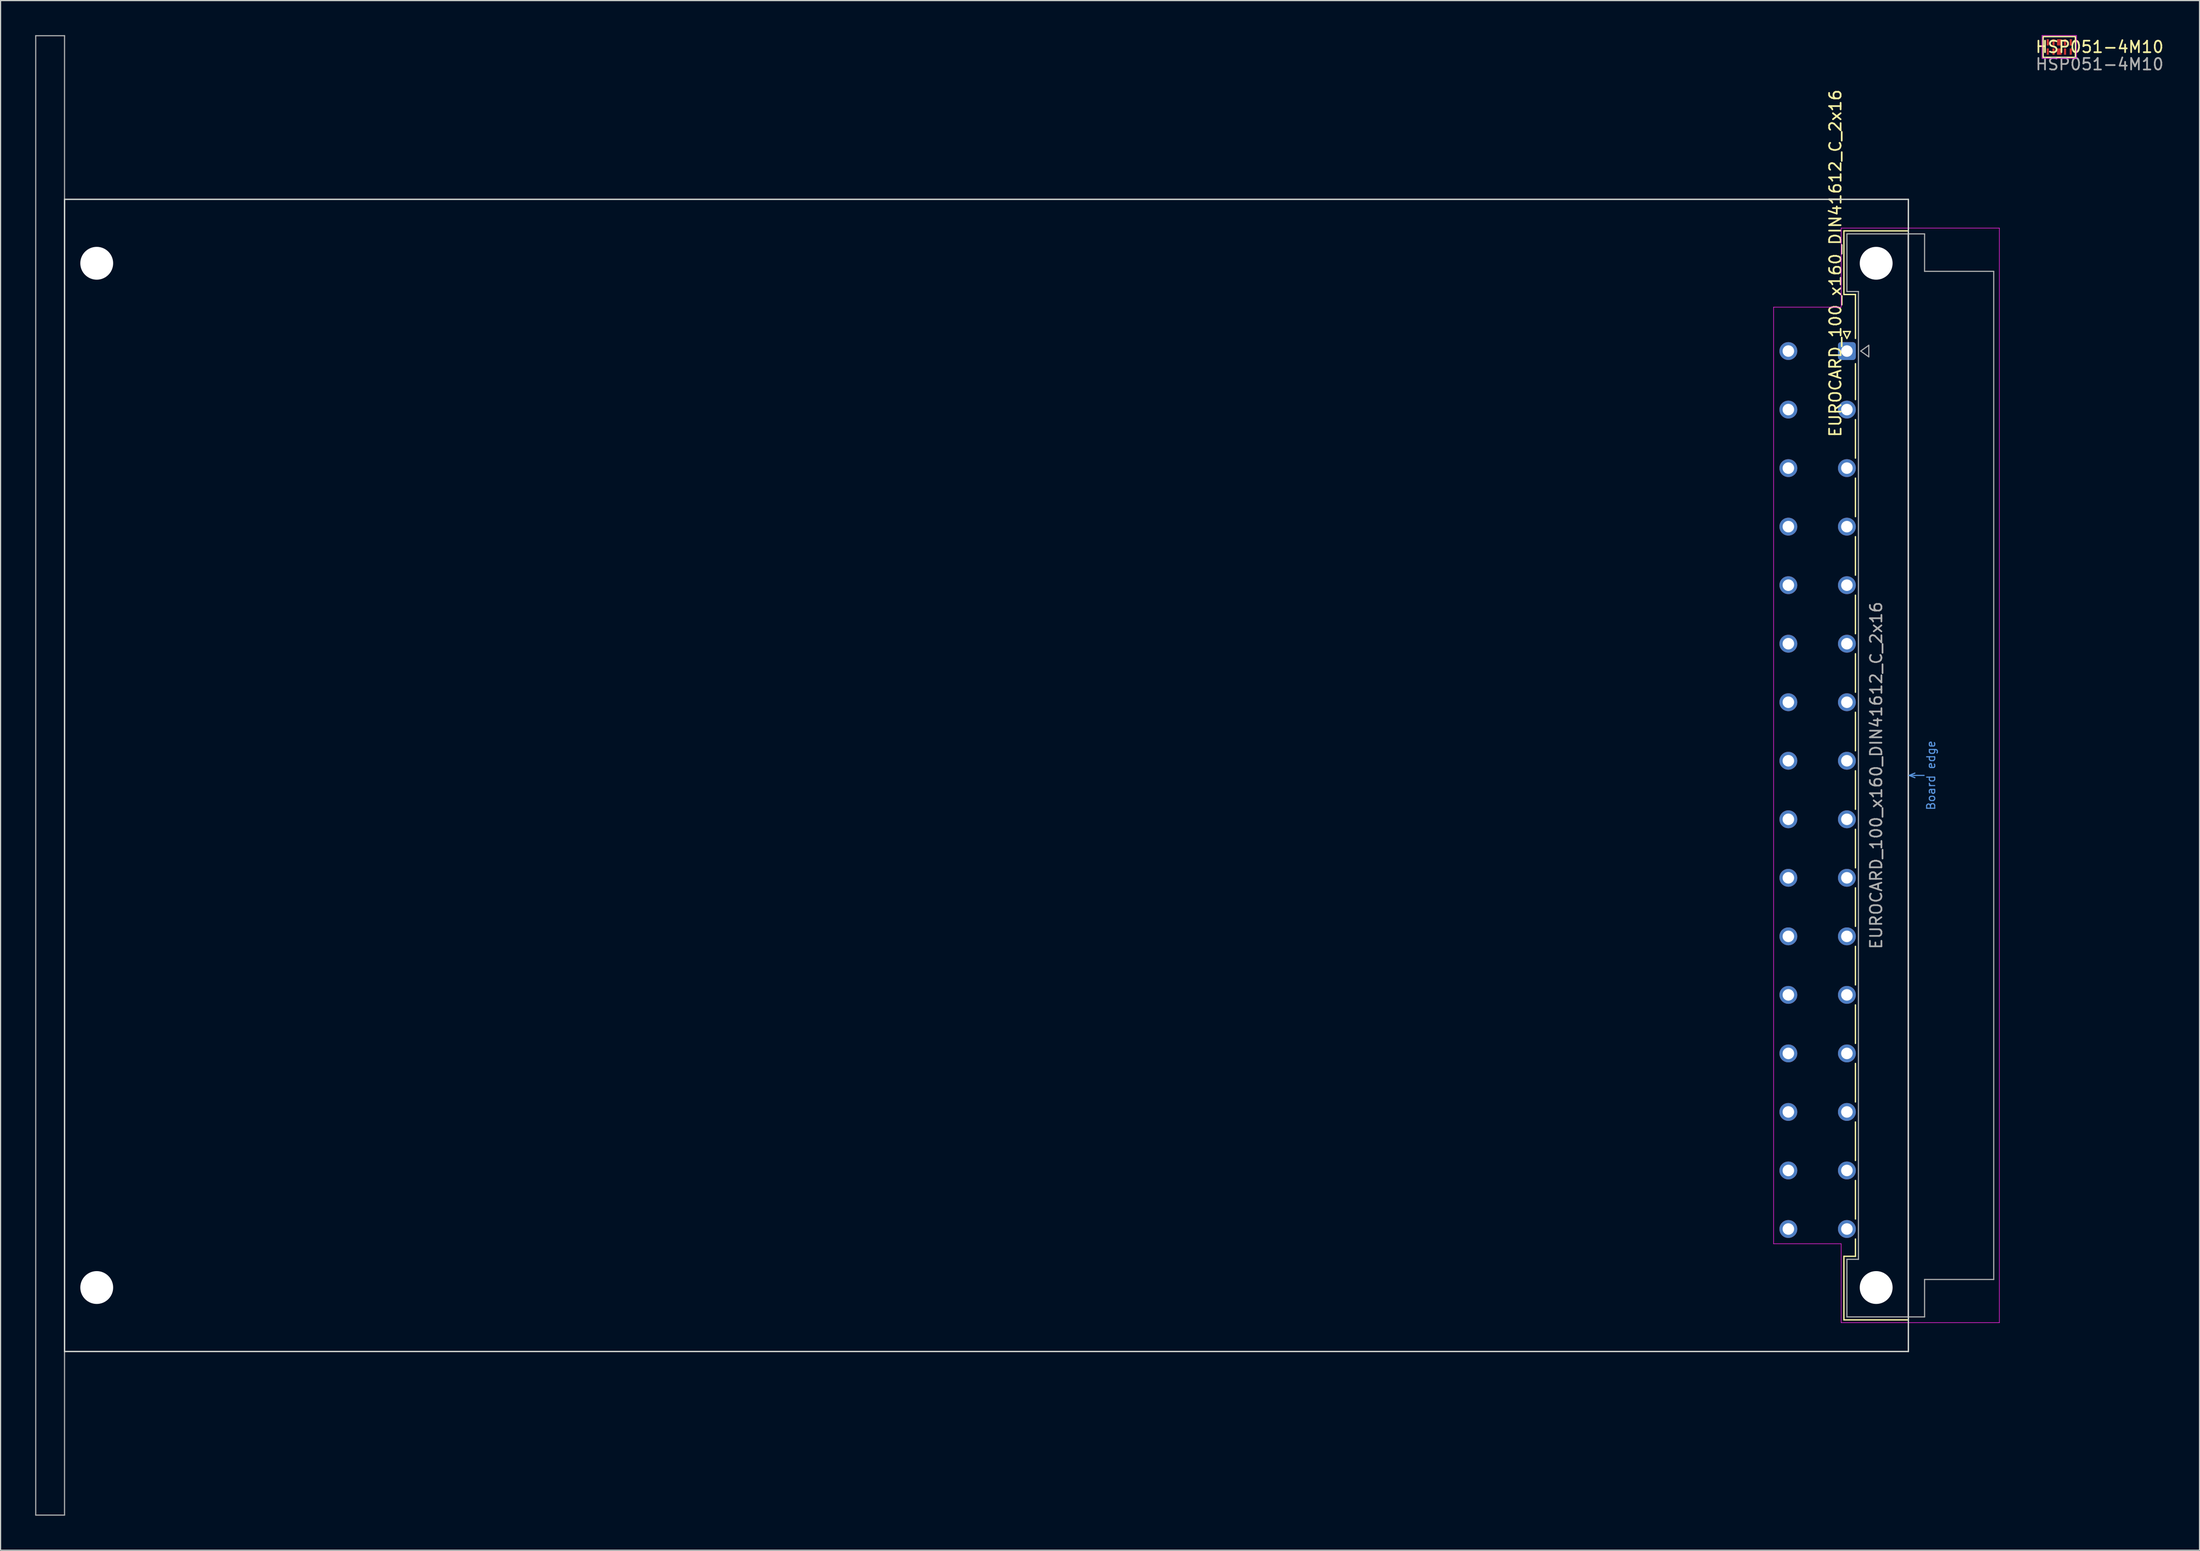
<source format=kicad_pcb>
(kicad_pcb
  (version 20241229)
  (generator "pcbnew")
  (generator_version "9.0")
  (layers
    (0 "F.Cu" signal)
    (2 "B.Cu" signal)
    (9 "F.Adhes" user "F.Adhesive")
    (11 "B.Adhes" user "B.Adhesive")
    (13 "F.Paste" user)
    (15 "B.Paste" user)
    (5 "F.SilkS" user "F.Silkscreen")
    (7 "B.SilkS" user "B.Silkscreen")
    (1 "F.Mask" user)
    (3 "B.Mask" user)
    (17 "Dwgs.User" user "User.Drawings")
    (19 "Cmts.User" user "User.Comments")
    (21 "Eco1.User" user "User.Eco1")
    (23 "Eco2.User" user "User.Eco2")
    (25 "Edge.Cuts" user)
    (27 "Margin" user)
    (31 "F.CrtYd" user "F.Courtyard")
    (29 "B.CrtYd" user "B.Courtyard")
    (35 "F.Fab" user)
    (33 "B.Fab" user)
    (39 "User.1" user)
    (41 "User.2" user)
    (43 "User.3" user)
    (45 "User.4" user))
  (footprint "HSP051-4M10"
    (layer "F.Cu")
    (at 175.644 1.025)
    (property "Reference" "HSP051-4M10" (at 3.5 0 0) (unlocked yes) (layer "F.SilkS") (effects (font (size 1 1) (thickness 0.15))))
    (attr smd)
    (fp_rect (start -1.4 -0.9) (end 1.4 0.9) (stroke (width 0.12) (type solid)) (fill no) (layer "F.SilkS"))
    (fp_rect (start -1.5 -1) (end 1.5 1) (stroke (width 0.05) (type solid)) (fill no) (layer "F.CrtYd"))
    (fp_text user "${REFERENCE}" (at 3.5 1.5 0) (unlocked yes) (layer "F.Fab") (effects (font (size 1 1) (thickness 0.15))))
    (pad "1" smd roundrect (at -1 0.4) (size 0.19 0.55) (layers "F.Cu" "F.Mask" "F.Paste") (roundrect_rratio 0.1))
    (pad "2" smd roundrect (at -0.5 0.4) (size 0.19 0.55) (layers "F.Cu" "F.Mask" "F.Paste") (roundrect_rratio 0.1))
    (pad "3" smd roundrect (at 0 0.4) (size 0.4 0.55) (layers "F.Cu" "F.Mask" "F.Paste") (roundrect_rratio 0.1))
    (pad "4" smd roundrect (at 0.5 0.4) (size 0.19 0.55) (layers "F.Cu" "F.Mask" "F.Paste") (roundrect_rratio 0.1))
    (pad "5" smd roundrect (at 1 0.4) (size 0.19 0.55) (layers "F.Cu" "F.Mask" "F.Paste") (roundrect_rratio 0.1))
    (pad "6" smd roundrect (at 1 -0.4) (size 0.19 0.55) (layers "F.Cu" "F.Mask" "F.Paste") (roundrect_rratio 0.1))
    (pad "7" smd roundrect (at 0.5 -0.4) (size 0.19 0.55) (layers "F.Cu" "F.Mask" "F.Paste") (roundrect_rratio 0.1))
    (pad "8" smd roundrect (at 0 -0.4) (size 0.4 0.55) (layers "F.Cu" "F.Mask" "F.Paste") (roundrect_rratio 0.1))
    (pad "9" smd roundrect (at -0.5 -0.4) (size 0.19 0.55) (layers "F.Cu" "F.Mask" "F.Paste") (roundrect_rratio 0.1))
    (pad "10" smd roundrect (at -1 -0.4) (size 0.19 0.55) (layers "F.Cu" "F.Mask" "F.Paste") (roundrect_rratio 0.1)))
  (footprint "EUROCARD_100_x160_DIN41612_C_2x16"
    (layer "F.Cu")
    (at 82.55 64.25)
    (property "Reference" "EUROCARD_100_x160_DIN41612_C_2x16" (at 73.666 -44.45 270) (layer "F.SilkS") (effects (font (size 1 1) (thickness 0.15))))
    (attr through_hole)
    (fp_line (start 74.366 -38.525) (end 74.666 -37.925) (stroke (width 0.12) (type solid)) (layer "F.SilkS"))
    (fp_line (start 74.406 -47.26) (end 74.406 -41.74) (stroke (width 0.12) (type solid)) (layer "F.SilkS"))
    (fp_line (start 74.406 -41.74) (end 75.406 -41.74) (stroke (width 0.12) (type solid)) (layer "F.SilkS"))
    (fp_line (start 74.406 41.74) (end 75.406 41.74) (stroke (width 0.12) (type solid)) (layer "F.SilkS"))
    (fp_line (start 74.406 47.26) (end 74.406 41.74) (stroke (width 0.12) (type solid)) (layer "F.SilkS"))
    (fp_line (start 74.666 -37.925) (end 74.966 -38.525) (stroke (width 0.12) (type solid)) (layer "F.SilkS"))
    (fp_line (start 74.966 -38.525) (end 74.366 -38.525) (stroke (width 0.12) (type solid)) (layer "F.SilkS"))
    (fp_line (start 75.406 -41.741) (end 75.406 -37.925) (stroke (width 0.12) (type solid)) (layer "F.SilkS"))
    (fp_line (start 75.406 -35.735) (end 75.406 -32.619) (stroke (width 0.12) (type solid)) (layer "F.SilkS"))
    (fp_line (start 75.406 -30.88) (end 75.406 -27.539) (stroke (width 0.12) (type solid)) (layer "F.SilkS"))
    (fp_line (start 75.406 -25.8) (end 75.406 -22.459) (stroke (width 0.12) (type solid)) (layer "F.SilkS"))
    (fp_line (start 75.406 -20.72) (end 75.406 -17.379) (stroke (width 0.12) (type solid)) (layer "F.SilkS"))
    (fp_line (start 75.406 -15.64) (end 75.406 -12.299) (stroke (width 0.12) (type solid)) (layer "F.SilkS"))
    (fp_line (start 75.406 -10.56) (end 75.406 -7.219) (stroke (width 0.12) (type solid)) (layer "F.SilkS"))
    (fp_line (start 75.406 -5.48) (end 75.406 -2.139) (stroke (width 0.12) (type solid)) (layer "F.SilkS"))
    (fp_line (start 75.406 -0.4) (end 75.406 2.941) (stroke (width 0.12) (type solid)) (layer "F.SilkS"))
    (fp_line (start 75.406 4.68) (end 75.406 8.021) (stroke (width 0.12) (type solid)) (layer "F.SilkS"))
    (fp_line (start 75.406 9.76) (end 75.406 13.101) (stroke (width 0.12) (type solid)) (layer "F.SilkS"))
    (fp_line (start 75.406 14.84) (end 75.406 18.181) (stroke (width 0.12) (type solid)) (layer "F.SilkS"))
    (fp_line (start 75.406 19.92) (end 75.406 23.261) (stroke (width 0.12) (type solid)) (layer "F.SilkS"))
    (fp_line (start 75.406 25) (end 75.406 28.341) (stroke (width 0.12) (type solid)) (layer "F.SilkS"))
    (fp_line (start 75.406 30.08) (end 75.406 33.421) (stroke (width 0.12) (type solid)) (layer "F.SilkS"))
    (fp_line (start 75.406 35.16) (end 75.406 38.501) (stroke (width 0.12) (type solid)) (layer "F.SilkS"))
    (fp_line (start 75.406 40.24) (end 75.406 41.74) (stroke (width 0.12) (type solid)) (layer "F.SilkS"))
    (fp_line (start 79.966 -47.26) (end 74.406 -47.26) (stroke (width 0.12) (type solid)) (layer "F.SilkS"))
    (fp_line (start 79.966 47.26) (end 74.406 47.26) (stroke (width 0.12) (type solid)) (layer "F.SilkS"))
    (fp_line (start 79.966 -47) (end 79.966 47) (stroke (width 0.08) (type solid)) (layer "Dwgs.User"))
    (fp_line (start 80.066 0) (end 80.566 0.2) (stroke (width 0.1) (type solid)) (layer "Cmts.User"))
    (fp_line (start 80.066 0) (end 81.366 0) (stroke (width 0.1) (type solid)) (layer "Cmts.User"))
    (fp_line (start 80.566 -0.2) (end 80.066 0) (stroke (width 0.1) (type solid)) (layer "Cmts.User"))
    (fp_line (start -80 -50) (end 80 -50) (stroke (width 0.12) (type solid)) (layer "Edge.Cuts"))
    (fp_line (start -80 50) (end -80 -50) (stroke (width 0.12) (type solid)) (layer "Edge.Cuts"))
    (fp_line (start 80 -50) (end 80 50) (stroke (width 0.12) (type solid)) (layer "Edge.Cuts"))
    (fp_line (start 80 50) (end -80 50) (stroke (width 0.12) (type solid)) (layer "Edge.Cuts"))
    (fp_line (start 68.306 -40.64) (end 68.306 40.65) (stroke (width 0.05) (type solid)) (layer "F.CrtYd"))
    (fp_line (start 68.306 40.65) (end 74.166 40.65) (stroke (width 0.05) (type solid)) (layer "F.CrtYd"))
    (fp_line (start 74.166 -47.5) (end 74.166 -40.64) (stroke (width 0.05) (type solid)) (layer "F.CrtYd"))
    (fp_line (start 74.166 -40.64) (end 68.306 -40.64) (stroke (width 0.05) (type solid)) (layer "F.CrtYd"))
    (fp_line (start 74.166 40.65) (end 74.166 47.5) (stroke (width 0.05) (type solid)) (layer "F.CrtYd"))
    (fp_line (start 74.166 47.5) (end 87.896 47.5) (stroke (width 0.05) (type solid)) (layer "F.CrtYd"))
    (fp_line (start 87.896 -47.5) (end 74.166 -47.5) (stroke (width 0.05) (type solid)) (layer "F.CrtYd"))
    (fp_line (start 87.896 47.5) (end 87.896 -47.5) (stroke (width 0.05) (type solid)) (layer "F.CrtYd"))
    (fp_line (start -82.5 -64.2) (end -80 -64.2) (stroke (width 0.1) (type solid)) (layer "F.Fab"))
    (fp_line (start -82.5 64.2) (end -82.5 -64.2) (stroke (width 0.1) (type solid)) (layer "F.Fab"))
    (fp_line (start -80 64.2) (end -82.5 64.2) (stroke (width 0.1) (type solid)) (layer "F.Fab"))
    (fp_line (start -80 64.2) (end -80 -64.2) (stroke (width 0.1) (type solid)) (layer "F.Fab"))
    (fp_line (start 74.666 -47) (end 74.666 -42) (stroke (width 0.1) (type solid)) (layer "F.Fab"))
    (fp_line (start 74.666 -42) (end 75.666 -42) (stroke (width 0.1) (type solid)) (layer "F.Fab"))
    (fp_line (start 74.666 42) (end 74.666 47) (stroke (width 0.1) (type solid)) (layer "F.Fab"))
    (fp_line (start 74.666 47) (end 81.406 47) (stroke (width 0.1) (type solid)) (layer "F.Fab"))
    (fp_line (start 75.666 -42) (end 75.666 42) (stroke (width 0.1) (type solid)) (layer "F.Fab"))
    (fp_line (start 75.666 42) (end 74.666 42) (stroke (width 0.1) (type solid)) (layer "F.Fab"))
    (fp_line (start 75.866 -36.83) (end 76.566 -37.33) (stroke (width 0.1) (type solid)) (layer "F.Fab"))
    (fp_line (start 76.566 -37.33) (end 76.566 -36.33) (stroke (width 0.1) (type solid)) (layer "F.Fab"))
    (fp_line (start 76.566 -36.33) (end 75.866 -36.83) (stroke (width 0.1) (type solid)) (layer "F.Fab"))
    (fp_line (start 81.406 -47) (end 74.666 -47) (stroke (width 0.1) (type solid)) (layer "F.Fab"))
    (fp_line (start 81.406 -43.75) (end 81.406 -47) (stroke (width 0.1) (type solid)) (layer "F.Fab"))
    (fp_line (start 81.406 43.75) (end 87.406 43.75) (stroke (width 0.1) (type solid)) (layer "F.Fab"))
    (fp_line (start 81.406 47) (end 81.406 43.75) (stroke (width 0.1) (type solid)) (layer "F.Fab"))
    (fp_line (start 87.406 -43.75) (end 81.406 -43.75) (stroke (width 0.1) (type solid)) (layer "F.Fab"))
    (fp_line (start 87.406 43.75) (end 87.406 -43.75) (stroke (width 0.1) (type solid)) (layer "F.Fab"))
    (fp_text user "Board edge" (at 81.966 0 270) (layer "Cmts.User") (effects (font (size 0.7 0.7) (thickness 0.1))))
    (fp_text user "${REFERENCE}" (at 77.206 0 270) (layer "F.Fab") (effects (font (size 1 1) (thickness 0.15))))
    (pad "" np_thru_hole circle (at -77.206 -44.45 270) (size 2.85 2.85) (drill 2.85) (layers "*.Cu" "*.Mask"))
    (pad "" np_thru_hole circle (at -77.206 44.45 270) (size 2.85 2.85) (drill 2.85) (layers "*.Cu" "*.Mask"))
    (pad "" np_thru_hole circle (at 77.206 -44.45 270) (size 2.85 2.85) (drill 2.85) (layers "*.Cu" "*.Mask"))
    (pad "" np_thru_hole circle (at 77.206 44.45 270) (size 2.85 2.85) (drill 2.85) (layers "*.Cu" "*.Mask"))
    (pad "a2" thru_hole roundrect (at 74.666 -36.83 270) (size 1.55 1.55) (drill 1) (layers "*.Cu" "*.Mask") (roundrect_rratio 0.161))
    (pad "a4" thru_hole circle (at 74.666 -31.75 270) (size 1.55 1.55) (drill 1) (layers "*.Cu" "*.Mask"))
    (pad "a6" thru_hole circle (at 74.666 -26.67 270) (size 1.55 1.55) (drill 1) (layers "*.Cu" "*.Mask"))
    (pad "a8" thru_hole circle (at 74.666 -21.59 270) (size 1.55 1.55) (drill 1) (layers "*.Cu" "*.Mask"))
    (pad "a10" thru_hole circle (at 74.666 -16.51 270) (size 1.55 1.55) (drill 1) (layers "*.Cu" "*.Mask"))
    (pad "a12" thru_hole circle (at 74.666 -11.43 270) (size 1.55 1.55) (drill 1) (layers "*.Cu" "*.Mask"))
    (pad "a14" thru_hole circle (at 74.666 -6.35 270) (size 1.55 1.55) (drill 1) (layers "*.Cu" "*.Mask"))
    (pad "a16" thru_hole circle (at 74.666 -1.27 270) (size 1.55 1.55) (drill 1) (layers "*.Cu" "*.Mask"))
    (pad "a18" thru_hole circle (at 74.666 3.81 270) (size 1.55 1.55) (drill 1) (layers "*.Cu" "*.Mask"))
    (pad "a20" thru_hole circle (at 74.666 8.89 270) (size 1.55 1.55) (drill 1) (layers "*.Cu" "*.Mask"))
    (pad "a22" thru_hole circle (at 74.666 13.97 270) (size 1.55 1.55) (drill 1) (layers "*.Cu" "*.Mask"))
    (pad "a24" thru_hole circle (at 74.666 19.05 270) (size 1.55 1.55) (drill 1) (layers "*.Cu" "*.Mask"))
    (pad "a26" thru_hole circle (at 74.666 24.13 270) (size 1.55 1.55) (drill 1) (layers "*.Cu" "*.Mask"))
    (pad "a28" thru_hole circle (at 74.666 29.21 270) (size 1.55 1.55) (drill 1) (layers "*.Cu" "*.Mask"))
    (pad "a30" thru_hole circle (at 74.666 34.29 270) (size 1.55 1.55) (drill 1) (layers "*.Cu" "*.Mask"))
    (pad "a32" thru_hole circle (at 74.666 39.37 270) (size 1.55 1.55) (drill 1) (layers "*.Cu" "*.Mask"))
    (pad "c2" thru_hole circle (at 69.586 -36.83 270) (size 1.55 1.55) (drill 1) (layers "*.Cu" "*.Mask"))
    (pad "c4" thru_hole circle (at 69.586 -31.75 270) (size 1.55 1.55) (drill 1) (layers "*.Cu" "*.Mask"))
    (pad "c6" thru_hole circle (at 69.586 -26.67 270) (size 1.55 1.55) (drill 1) (layers "*.Cu" "*.Mask"))
    (pad "c8" thru_hole circle (at 69.586 -21.59 270) (size 1.55 1.55) (drill 1) (layers "*.Cu" "*.Mask"))
    (pad "c10" thru_hole circle (at 69.586 -16.51 270) (size 1.55 1.55) (drill 1) (layers "*.Cu" "*.Mask"))
    (pad "c12" thru_hole circle (at 69.586 -11.43 270) (size 1.55 1.55) (drill 1) (layers "*.Cu" "*.Mask"))
    (pad "c14" thru_hole circle (at 69.586 -6.35 270) (size 1.55 1.55) (drill 1) (layers "*.Cu" "*.Mask"))
    (pad "c16" thru_hole circle (at 69.586 -1.27 270) (size 1.55 1.55) (drill 1) (layers "*.Cu" "*.Mask"))
    (pad "c18" thru_hole circle (at 69.586 3.81 270) (size 1.55 1.55) (drill 1) (layers "*.Cu" "*.Mask"))
    (pad "c20" thru_hole circle (at 69.586 8.89 270) (size 1.55 1.55) (drill 1) (layers "*.Cu" "*.Mask"))
    (pad "c22" thru_hole circle (at 69.586 13.97 270) (size 1.55 1.55) (drill 1) (layers "*.Cu" "*.Mask"))
    (pad "c24" thru_hole circle (at 69.586 19.05 270) (size 1.55 1.55) (drill 1) (layers "*.Cu" "*.Mask"))
    (pad "c26" thru_hole circle (at 69.586 24.13 270) (size 1.55 1.55) (drill 1) (layers "*.Cu" "*.Mask"))
    (pad "c28" thru_hole circle (at 69.586 29.21 270) (size 1.55 1.55) (drill 1) (layers "*.Cu" "*.Mask"))
    (pad "c30" thru_hole circle (at 69.586 34.29 270) (size 1.55 1.55) (drill 1) (layers "*.Cu" "*.Mask"))
    (pad "c32" thru_hole circle (at 69.586 39.37 270) (size 1.55 1.55) (drill 1) (layers "*.Cu" "*.Mask")))
  (gr_rect
    (start -3 -3)
    (end 187.816 131.5)
    (stroke (width 0.1) (type default))
    (fill no)
    (layer "Edge.Cuts")))
</source>
